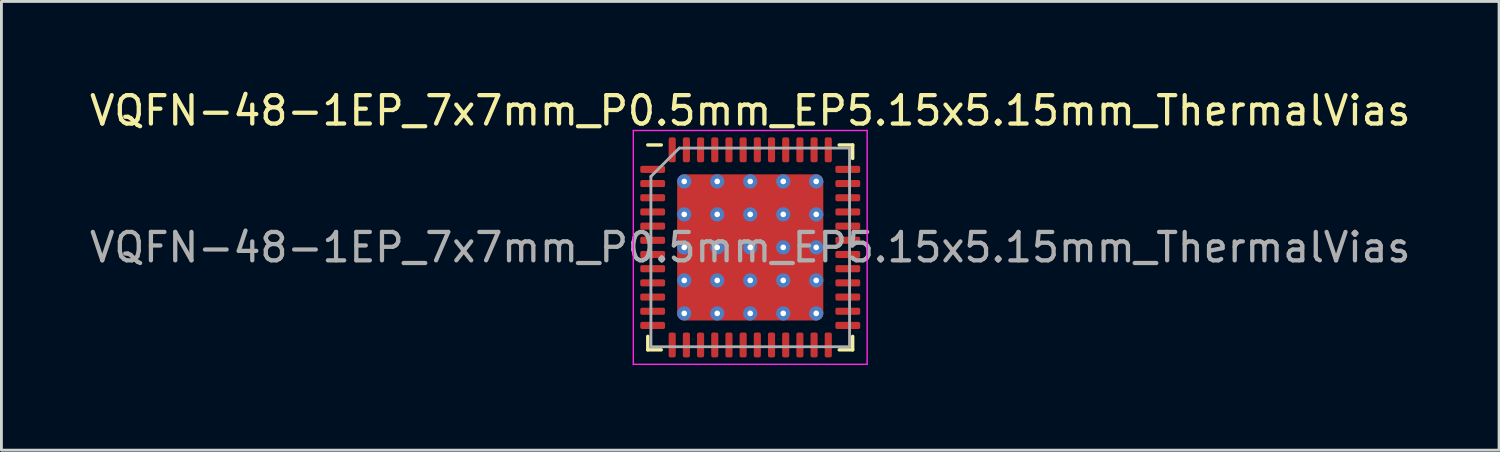
<source format=kicad_pcb>
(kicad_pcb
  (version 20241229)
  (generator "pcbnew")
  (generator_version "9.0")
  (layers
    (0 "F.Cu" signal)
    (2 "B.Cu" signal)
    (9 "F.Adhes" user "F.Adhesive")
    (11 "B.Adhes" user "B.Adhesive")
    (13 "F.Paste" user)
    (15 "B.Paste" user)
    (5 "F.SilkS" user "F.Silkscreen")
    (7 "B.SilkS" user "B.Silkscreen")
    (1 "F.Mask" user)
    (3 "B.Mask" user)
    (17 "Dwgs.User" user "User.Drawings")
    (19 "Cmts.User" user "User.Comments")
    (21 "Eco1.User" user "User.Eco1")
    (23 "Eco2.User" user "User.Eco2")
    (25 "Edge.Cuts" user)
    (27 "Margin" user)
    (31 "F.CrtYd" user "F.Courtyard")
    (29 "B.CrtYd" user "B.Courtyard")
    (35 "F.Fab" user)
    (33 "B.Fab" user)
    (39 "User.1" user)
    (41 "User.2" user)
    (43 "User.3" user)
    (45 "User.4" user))
  (footprint "VQFN-48-1EP_7x7mm_P0.5mm_EP5.15x5.15mm_ThermalVias"
    (layer "F.Cu")
    (at 23.387 5.668)
    (property "Reference" "VQFN-48-1EP_7x7mm_P0.5mm_EP5.15x5.15mm_ThermalVias" (at 0 -4.82 0) (layer "F.SilkS") (effects (font (size 1 1) (thickness 0.15))))
    (attr smd)
    (fp_line (start -3.61 3.61) (end -3.61 3.135) (stroke (width 0.12) (type solid)) (layer "F.SilkS"))
    (fp_line (start -3.135 -3.61) (end -3.61 -3.61) (stroke (width 0.12) (type solid)) (layer "F.SilkS"))
    (fp_line (start -3.135 3.61) (end -3.61 3.61) (stroke (width 0.12) (type solid)) (layer "F.SilkS"))
    (fp_line (start 3.135 -3.61) (end 3.61 -3.61) (stroke (width 0.12) (type solid)) (layer "F.SilkS"))
    (fp_line (start 3.135 3.61) (end 3.61 3.61) (stroke (width 0.12) (type solid)) (layer "F.SilkS"))
    (fp_line (start 3.61 -3.61) (end 3.61 -3.135) (stroke (width 0.12) (type solid)) (layer "F.SilkS"))
    (fp_line (start 3.61 3.61) (end 3.61 3.135) (stroke (width 0.12) (type solid)) (layer "F.SilkS"))
    (fp_line (start -4.12 -4.12) (end -4.12 4.12) (stroke (width 0.05) (type solid)) (layer "F.CrtYd"))
    (fp_line (start -4.12 4.12) (end 4.12 4.12) (stroke (width 0.05) (type solid)) (layer "F.CrtYd"))
    (fp_line (start 4.12 -4.12) (end -4.12 -4.12) (stroke (width 0.05) (type solid)) (layer "F.CrtYd"))
    (fp_line (start 4.12 4.12) (end 4.12 -4.12) (stroke (width 0.05) (type solid)) (layer "F.CrtYd"))
    (fp_line (start -3.5 -2.5) (end -2.5 -3.5) (stroke (width 0.1) (type solid)) (layer "F.Fab"))
    (fp_line (start -3.5 3.5) (end -3.5 -2.5) (stroke (width 0.1) (type solid)) (layer "F.Fab"))
    (fp_line (start -2.5 -3.5) (end 3.5 -3.5) (stroke (width 0.1) (type solid)) (layer "F.Fab"))
    (fp_line (start 3.5 -3.5) (end 3.5 3.5) (stroke (width 0.1) (type solid)) (layer "F.Fab"))
    (fp_line (start 3.5 3.5) (end -3.5 3.5) (stroke (width 0.1) (type solid)) (layer "F.Fab"))
    (fp_text user "${REFERENCE}" (at 0 0 0) (layer "F.Fab") (effects (font (size 1 1) (thickness 0.15))))
    (pad "" smd roundrect (at -1.29 -1.29) (size 2.08 2.08) (layers "F.Paste") (roundrect_rratio 0.12))
    (pad "" smd roundrect (at -1.29 1.29) (size 2.08 2.08) (layers "F.Paste") (roundrect_rratio 0.12))
    (pad "" smd roundrect (at 1.29 -1.29) (size 2.08 2.08) (layers "F.Paste") (roundrect_rratio 0.12))
    (pad "" smd roundrect (at 1.29 1.29) (size 2.08 2.08) (layers "F.Paste") (roundrect_rratio 0.12))
    (pad "1" smd roundrect (at -3.438 -2.75) (size 0.875 0.25) (layers "F.Cu" "F.Mask" "F.Paste") (roundrect_rratio 0.25))
    (pad "2" smd roundrect (at -3.438 -2.25) (size 0.875 0.25) (layers "F.Cu" "F.Mask" "F.Paste") (roundrect_rratio 0.25))
    (pad "3" smd roundrect (at -3.438 -1.75) (size 0.875 0.25) (layers "F.Cu" "F.Mask" "F.Paste") (roundrect_rratio 0.25))
    (pad "4" smd roundrect (at -3.438 -1.25) (size 0.875 0.25) (layers "F.Cu" "F.Mask" "F.Paste") (roundrect_rratio 0.25))
    (pad "5" smd roundrect (at -3.438 -0.75) (size 0.875 0.25) (layers "F.Cu" "F.Mask" "F.Paste") (roundrect_rratio 0.25))
    (pad "6" smd roundrect (at -3.438 -0.25) (size 0.875 0.25) (layers "F.Cu" "F.Mask" "F.Paste") (roundrect_rratio 0.25))
    (pad "7" smd roundrect (at -3.438 0.25) (size 0.875 0.25) (layers "F.Cu" "F.Mask" "F.Paste") (roundrect_rratio 0.25))
    (pad "8" smd roundrect (at -3.438 0.75) (size 0.875 0.25) (layers "F.Cu" "F.Mask" "F.Paste") (roundrect_rratio 0.25))
    (pad "9" smd roundrect (at -3.438 1.25) (size 0.875 0.25) (layers "F.Cu" "F.Mask" "F.Paste") (roundrect_rratio 0.25))
    (pad "10" smd roundrect (at -3.438 1.75) (size 0.875 0.25) (layers "F.Cu" "F.Mask" "F.Paste") (roundrect_rratio 0.25))
    (pad "11" smd roundrect (at -3.438 2.25) (size 0.875 0.25) (layers "F.Cu" "F.Mask" "F.Paste") (roundrect_rratio 0.25))
    (pad "12" smd roundrect (at -3.438 2.75) (size 0.875 0.25) (layers "F.Cu" "F.Mask" "F.Paste") (roundrect_rratio 0.25))
    (pad "13" smd roundrect (at -2.75 3.438) (size 0.25 0.875) (layers "F.Cu" "F.Mask" "F.Paste") (roundrect_rratio 0.25))
    (pad "14" smd roundrect (at -2.25 3.438) (size 0.25 0.875) (layers "F.Cu" "F.Mask" "F.Paste") (roundrect_rratio 0.25))
    (pad "15" smd roundrect (at -1.75 3.438) (size 0.25 0.875) (layers "F.Cu" "F.Mask" "F.Paste") (roundrect_rratio 0.25))
    (pad "16" smd roundrect (at -1.25 3.438) (size 0.25 0.875) (layers "F.Cu" "F.Mask" "F.Paste") (roundrect_rratio 0.25))
    (pad "17" smd roundrect (at -0.75 3.438) (size 0.25 0.875) (layers "F.Cu" "F.Mask" "F.Paste") (roundrect_rratio 0.25))
    (pad "18" smd roundrect (at -0.25 3.438) (size 0.25 0.875) (layers "F.Cu" "F.Mask" "F.Paste") (roundrect_rratio 0.25))
    (pad "19" smd roundrect (at 0.25 3.438) (size 0.25 0.875) (layers "F.Cu" "F.Mask" "F.Paste") (roundrect_rratio 0.25))
    (pad "20" smd roundrect (at 0.75 3.438) (size 0.25 0.875) (layers "F.Cu" "F.Mask" "F.Paste") (roundrect_rratio 0.25))
    (pad "21" smd roundrect (at 1.25 3.438) (size 0.25 0.875) (layers "F.Cu" "F.Mask" "F.Paste") (roundrect_rratio 0.25))
    (pad "22" smd roundrect (at 1.75 3.438) (size 0.25 0.875) (layers "F.Cu" "F.Mask" "F.Paste") (roundrect_rratio 0.25))
    (pad "23" smd roundrect (at 2.25 3.438) (size 0.25 0.875) (layers "F.Cu" "F.Mask" "F.Paste") (roundrect_rratio 0.25))
    (pad "24" smd roundrect (at 2.75 3.438) (size 0.25 0.875) (layers "F.Cu" "F.Mask" "F.Paste") (roundrect_rratio 0.25))
    (pad "25" smd roundrect (at 3.438 2.75) (size 0.875 0.25) (layers "F.Cu" "F.Mask" "F.Paste") (roundrect_rratio 0.25))
    (pad "26" smd roundrect (at 3.438 2.25) (size 0.875 0.25) (layers "F.Cu" "F.Mask" "F.Paste") (roundrect_rratio 0.25))
    (pad "27" smd roundrect (at 3.438 1.75) (size 0.875 0.25) (layers "F.Cu" "F.Mask" "F.Paste") (roundrect_rratio 0.25))
    (pad "28" smd roundrect (at 3.438 1.25) (size 0.875 0.25) (layers "F.Cu" "F.Mask" "F.Paste") (roundrect_rratio 0.25))
    (pad "29" smd roundrect (at 3.438 0.75) (size 0.875 0.25) (layers "F.Cu" "F.Mask" "F.Paste") (roundrect_rratio 0.25))
    (pad "30" smd roundrect (at 3.438 0.25) (size 0.875 0.25) (layers "F.Cu" "F.Mask" "F.Paste") (roundrect_rratio 0.25))
    (pad "31" smd roundrect (at 3.438 -0.25) (size 0.875 0.25) (layers "F.Cu" "F.Mask" "F.Paste") (roundrect_rratio 0.25))
    (pad "32" smd roundrect (at 3.438 -0.75) (size 0.875 0.25) (layers "F.Cu" "F.Mask" "F.Paste") (roundrect_rratio 0.25))
    (pad "33" smd roundrect (at 3.438 -1.25) (size 0.875 0.25) (layers "F.Cu" "F.Mask" "F.Paste") (roundrect_rratio 0.25))
    (pad "34" smd roundrect (at 3.438 -1.75) (size 0.875 0.25) (layers "F.Cu" "F.Mask" "F.Paste") (roundrect_rratio 0.25))
    (pad "35" smd roundrect (at 3.438 -2.25) (size 0.875 0.25) (layers "F.Cu" "F.Mask" "F.Paste") (roundrect_rratio 0.25))
    (pad "36" smd roundrect (at 3.438 -2.75) (size 0.875 0.25) (layers "F.Cu" "F.Mask" "F.Paste") (roundrect_rratio 0.25))
    (pad "37" smd roundrect (at 2.75 -3.438) (size 0.25 0.875) (layers "F.Cu" "F.Mask" "F.Paste") (roundrect_rratio 0.25))
    (pad "38" smd roundrect (at 2.25 -3.438) (size 0.25 0.875) (layers "F.Cu" "F.Mask" "F.Paste") (roundrect_rratio 0.25))
    (pad "39" smd roundrect (at 1.75 -3.438) (size 0.25 0.875) (layers "F.Cu" "F.Mask" "F.Paste") (roundrect_rratio 0.25))
    (pad "40" smd roundrect (at 1.25 -3.438) (size 0.25 0.875) (layers "F.Cu" "F.Mask" "F.Paste") (roundrect_rratio 0.25))
    (pad "41" smd roundrect (at 0.75 -3.438) (size 0.25 0.875) (layers "F.Cu" "F.Mask" "F.Paste") (roundrect_rratio 0.25))
    (pad "42" smd roundrect (at 0.25 -3.438) (size 0.25 0.875) (layers "F.Cu" "F.Mask" "F.Paste") (roundrect_rratio 0.25))
    (pad "43" smd roundrect (at -0.25 -3.438) (size 0.25 0.875) (layers "F.Cu" "F.Mask" "F.Paste") (roundrect_rratio 0.25))
    (pad "44" smd roundrect (at -0.75 -3.438) (size 0.25 0.875) (layers "F.Cu" "F.Mask" "F.Paste") (roundrect_rratio 0.25))
    (pad "45" smd roundrect (at -1.25 -3.438) (size 0.25 0.875) (layers "F.Cu" "F.Mask" "F.Paste") (roundrect_rratio 0.25))
    (pad "46" smd roundrect (at -1.75 -3.438) (size 0.25 0.875) (layers "F.Cu" "F.Mask" "F.Paste") (roundrect_rratio 0.25))
    (pad "47" smd roundrect (at -2.25 -3.438) (size 0.25 0.875) (layers "F.Cu" "F.Mask" "F.Paste") (roundrect_rratio 0.25))
    (pad "48" smd roundrect (at -2.75 -3.438) (size 0.25 0.875) (layers "F.Cu" "F.Mask" "F.Paste") (roundrect_rratio 0.25))
    (pad "49" thru_hole circle (at -2.325 -2.325) (size 0.5 0.5) (drill 0.2) (layers "*.Cu"))
    (pad "49" thru_hole circle (at -2.325 -1.163) (size 0.5 0.5) (drill 0.2) (layers "*.Cu"))
    (pad "49" thru_hole circle (at -2.325 0) (size 0.5 0.5) (drill 0.2) (layers "*.Cu"))
    (pad "49" thru_hole circle (at -2.325 1.163) (size 0.5 0.5) (drill 0.2) (layers "*.Cu"))
    (pad "49" thru_hole circle (at -2.325 2.325) (size 0.5 0.5) (drill 0.2) (layers "*.Cu"))
    (pad "49" thru_hole circle (at -1.163 -2.325) (size 0.5 0.5) (drill 0.2) (layers "*.Cu"))
    (pad "49" thru_hole circle (at -1.163 -1.163) (size 0.5 0.5) (drill 0.2) (layers "*.Cu"))
    (pad "49" thru_hole circle (at -1.163 0) (size 0.5 0.5) (drill 0.2) (layers "*.Cu"))
    (pad "49" thru_hole circle (at -1.163 1.163) (size 0.5 0.5) (drill 0.2) (layers "*.Cu"))
    (pad "49" thru_hole circle (at -1.163 2.325) (size 0.5 0.5) (drill 0.2) (layers "*.Cu"))
    (pad "49" thru_hole circle (at 0 -2.325) (size 0.5 0.5) (drill 0.2) (layers "*.Cu"))
    (pad "49" thru_hole circle (at 0 -1.163) (size 0.5 0.5) (drill 0.2) (layers "*.Cu"))
    (pad "49" thru_hole circle (at 0 0) (size 0.5 0.5) (drill 0.2) (layers "*.Cu"))
    (pad "49" smd roundrect (at 0 0) (size 5.15 5.15) (layers "F.Cu" "F.Mask") (roundrect_rratio 0.049))
    (pad "49" thru_hole circle (at 0 1.163) (size 0.5 0.5) (drill 0.2) (layers "*.Cu"))
    (pad "49" thru_hole circle (at 0 2.325) (size 0.5 0.5) (drill 0.2) (layers "*.Cu"))
    (pad "49" thru_hole circle (at 1.163 -2.325) (size 0.5 0.5) (drill 0.2) (layers "*.Cu"))
    (pad "49" thru_hole circle (at 1.163 -1.163) (size 0.5 0.5) (drill 0.2) (layers "*.Cu"))
    (pad "49" thru_hole circle (at 1.163 0) (size 0.5 0.5) (drill 0.2) (layers "*.Cu"))
    (pad "49" thru_hole circle (at 1.163 1.163) (size 0.5 0.5) (drill 0.2) (layers "*.Cu"))
    (pad "49" thru_hole circle (at 1.163 2.325) (size 0.5 0.5) (drill 0.2) (layers "*.Cu"))
    (pad "49" thru_hole circle (at 2.325 -2.325) (size 0.5 0.5) (drill 0.2) (layers "*.Cu"))
    (pad "49" thru_hole circle (at 2.325 -1.163) (size 0.5 0.5) (drill 0.2) (layers "*.Cu"))
    (pad "49" thru_hole circle (at 2.325 0) (size 0.5 0.5) (drill 0.2) (layers "*.Cu"))
    (pad "49" thru_hole circle (at 2.325 1.163) (size 0.5 0.5) (drill 0.2) (layers "*.Cu"))
    (pad "49" thru_hole circle (at 2.325 2.325) (size 0.5 0.5) (drill 0.2) (layers "*.Cu")))
  (gr_rect
    (start -3 -3)
    (end 49.774 12.813)
    (stroke (width 0.1) (type default))
    (fill no)
    (layer "Edge.Cuts")))
</source>
